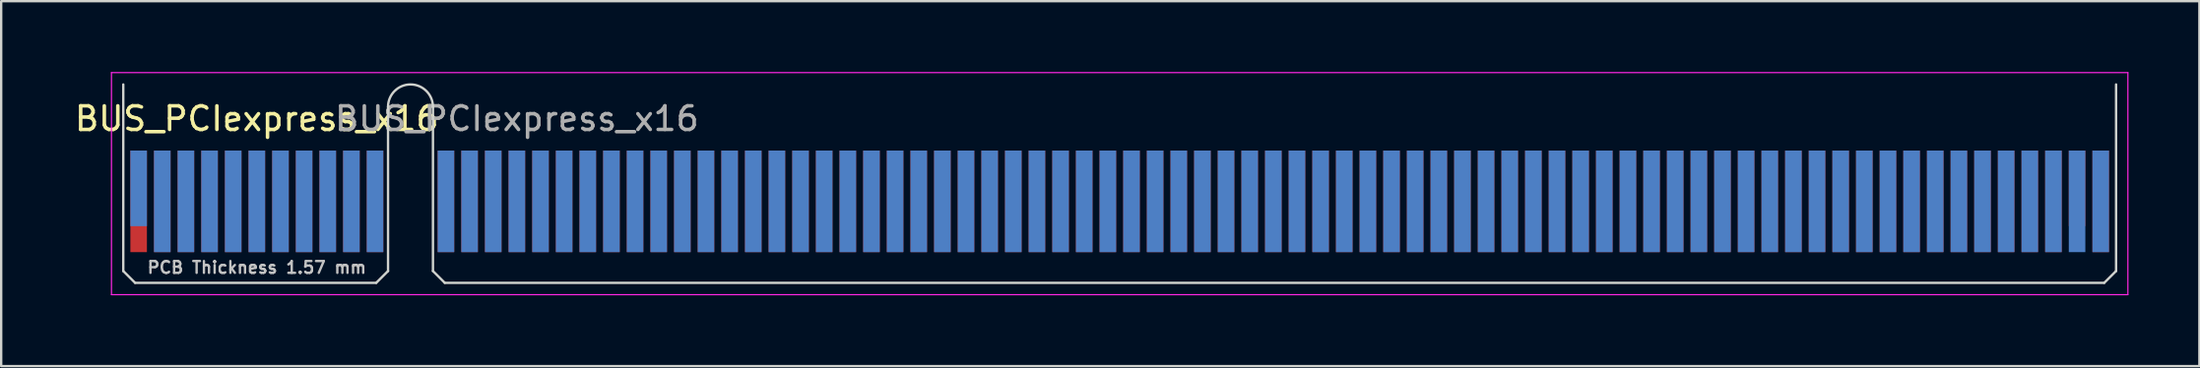
<source format=kicad_pcb>
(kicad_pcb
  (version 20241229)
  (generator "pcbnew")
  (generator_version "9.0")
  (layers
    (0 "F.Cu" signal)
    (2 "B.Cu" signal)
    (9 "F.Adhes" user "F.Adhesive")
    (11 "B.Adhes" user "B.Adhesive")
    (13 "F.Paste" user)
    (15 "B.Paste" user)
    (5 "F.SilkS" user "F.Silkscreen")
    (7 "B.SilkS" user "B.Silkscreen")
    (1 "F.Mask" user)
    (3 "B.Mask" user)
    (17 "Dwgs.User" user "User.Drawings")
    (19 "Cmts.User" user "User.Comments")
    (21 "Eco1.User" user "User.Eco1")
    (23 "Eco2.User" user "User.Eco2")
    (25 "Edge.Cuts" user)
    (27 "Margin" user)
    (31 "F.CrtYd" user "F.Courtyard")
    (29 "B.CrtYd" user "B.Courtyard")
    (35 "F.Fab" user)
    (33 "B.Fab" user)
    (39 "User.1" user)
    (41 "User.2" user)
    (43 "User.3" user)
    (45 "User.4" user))
  (footprint "BUS_PCIexpress_x16"
    (layer "F.Cu")
    (at 2.815 5.475)
    (property "Reference" "BUS_PCIexpress_x16" (at 5 -3.5 0) (layer "F.SilkS") (effects (font (size 1 1) (thickness 0.15))))
    (attr exclude_from_pos_files exclude_from_bom)
    (fp_line (start -0.65 -4.95) (end -0.65 2.95) (stroke (width 0.1) (type solid)) (layer "Edge.Cuts"))
    (fp_line (start -0.65 2.95) (end -0.15 3.45) (stroke (width 0.1) (type solid)) (layer "Edge.Cuts"))
    (fp_line (start -0.15 3.45) (end 10.05 3.45) (stroke (width 0.1) (type solid)) (layer "Edge.Cuts"))
    (fp_line (start 10.55 -4) (end 10.55 2.95) (stroke (width 0.1) (type solid)) (layer "Edge.Cuts"))
    (fp_line (start 10.55 2.95) (end 10.05 3.45) (stroke (width 0.1) (type solid)) (layer "Edge.Cuts"))
    (fp_line (start 12.45 -4) (end 12.45 2.95) (stroke (width 0.1) (type solid)) (layer "Edge.Cuts"))
    (fp_line (start 12.45 2.95) (end 12.95 3.45) (stroke (width 0.1) (type solid)) (layer "Edge.Cuts"))
    (fp_line (start 12.95 3.45) (end 83.15 3.45) (stroke (width 0.1) (type solid)) (layer "Edge.Cuts"))
    (fp_line (start 83.65 -4.95) (end 83.65 2.95) (stroke (width 0.1) (type solid)) (layer "Edge.Cuts"))
    (fp_line (start 83.65 2.95) (end 83.15 3.45) (stroke (width 0.1) (type solid)) (layer "Edge.Cuts"))
    (fp_arc (start 10.55 -4) (mid 11.5 -4.95) (end 12.45 -4) (stroke (width 0.1) (type solid)) (layer "Edge.Cuts"))
    (fp_line (start -1.15 -5.45) (end -1.15 3.95) (stroke (width 0.05) (type solid)) (layer "F.CrtYd"))
    (fp_line (start -1.15 -5.45) (end 84.15 -5.45) (stroke (width 0.05) (type solid)) (layer "F.CrtYd"))
    (fp_line (start 84.15 3.95) (end -1.15 3.95) (stroke (width 0.05) (type solid)) (layer "F.CrtYd"))
    (fp_line (start 84.15 3.95) (end 84.15 -5.45) (stroke (width 0.05) (type solid)) (layer "F.CrtYd"))
    (fp_text user "PCB Thickness 1.57 mm" (at 5 2.8 180) (layer "Dwgs.User") (effects (font (size 0.5 0.5) (thickness 0.1))))
    (fp_text user "${REFERENCE}" (at 16 -3.5 0) (layer "F.Fab") (effects (font (size 1 1) (thickness 0.15))))
    (pad "A1" connect rect (at 0 -0.55) (size 0.7 3.2) (layers "B.Cu" "B.Mask"))
    (pad "A2" connect rect (at 1 0) (size 0.7 4.3) (layers "B.Cu" "B.Mask"))
    (pad "A3" connect rect (at 2 0) (size 0.7 4.3) (layers "B.Cu" "B.Mask"))
    (pad "A4" connect rect (at 3 0) (size 0.7 4.3) (layers "B.Cu" "B.Mask"))
    (pad "A5" connect rect (at 4 0) (size 0.7 4.3) (layers "B.Cu" "B.Mask"))
    (pad "A6" connect rect (at 5 0) (size 0.7 4.3) (layers "B.Cu" "B.Mask"))
    (pad "A7" connect rect (at 6 0) (size 0.7 4.3) (layers "B.Cu" "B.Mask"))
    (pad "A8" connect rect (at 7 0) (size 0.7 4.3) (layers "B.Cu" "B.Mask"))
    (pad "A9" connect rect (at 8 0) (size 0.7 4.3) (layers "B.Cu" "B.Mask"))
    (pad "A10" connect rect (at 9 0) (size 0.7 4.3) (layers "B.Cu" "B.Mask"))
    (pad "A11" connect rect (at 10 0) (size 0.7 4.3) (layers "B.Cu" "B.Mask"))
    (pad "A12" connect rect (at 13 0) (size 0.7 4.3) (layers "B.Cu" "B.Mask"))
    (pad "A13" connect rect (at 14 0) (size 0.7 4.3) (layers "B.Cu" "B.Mask"))
    (pad "A14" connect rect (at 15 0) (size 0.7 4.3) (layers "B.Cu" "B.Mask"))
    (pad "A15" connect rect (at 16 0) (size 0.7 4.3) (layers "B.Cu" "B.Mask"))
    (pad "A16" connect rect (at 17 0) (size 0.7 4.3) (layers "B.Cu" "B.Mask"))
    (pad "A17" connect rect (at 18 0) (size 0.7 4.3) (layers "B.Cu" "B.Mask"))
    (pad "A18" connect rect (at 19 0) (size 0.7 4.3) (layers "B.Cu" "B.Mask"))
    (pad "A19" connect rect (at 20 0) (size 0.7 4.3) (layers "B.Cu" "B.Mask"))
    (pad "A20" connect rect (at 21 0) (size 0.7 4.3) (layers "B.Cu" "B.Mask"))
    (pad "A21" connect rect (at 22 0) (size 0.7 4.3) (layers "B.Cu" "B.Mask"))
    (pad "A22" connect rect (at 23 0) (size 0.7 4.3) (layers "B.Cu" "B.Mask"))
    (pad "A23" connect rect (at 24 0) (size 0.7 4.3) (layers "B.Cu" "B.Mask"))
    (pad "A24" connect rect (at 25 0) (size 0.7 4.3) (layers "B.Cu" "B.Mask"))
    (pad "A25" connect rect (at 26 0) (size 0.7 4.3) (layers "B.Cu" "B.Mask"))
    (pad "A26" connect rect (at 27 0) (size 0.7 4.3) (layers "B.Cu" "B.Mask"))
    (pad "A27" connect rect (at 28 0) (size 0.7 4.3) (layers "B.Cu" "B.Mask"))
    (pad "A28" connect rect (at 29 0) (size 0.7 4.3) (layers "B.Cu" "B.Mask"))
    (pad "A29" connect rect (at 30 0) (size 0.7 4.3) (layers "B.Cu" "B.Mask"))
    (pad "A30" connect rect (at 31 0) (size 0.7 4.3) (layers "B.Cu" "B.Mask"))
    (pad "A31" connect rect (at 32 0) (size 0.7 4.3) (layers "B.Cu" "B.Mask"))
    (pad "A32" connect rect (at 33 0) (size 0.7 4.3) (layers "B.Cu" "B.Mask"))
    (pad "A33" connect rect (at 34 0) (size 0.7 4.3) (layers "B.Cu" "B.Mask"))
    (pad "A34" connect rect (at 35 0) (size 0.7 4.3) (layers "B.Cu" "B.Mask"))
    (pad "A35" connect rect (at 36 0) (size 0.7 4.3) (layers "B.Cu" "B.Mask"))
    (pad "A36" connect rect (at 37 0) (size 0.7 4.3) (layers "B.Cu" "B.Mask"))
    (pad "A37" connect rect (at 38 0) (size 0.7 4.3) (layers "B.Cu" "B.Mask"))
    (pad "A38" connect rect (at 39 0) (size 0.7 4.3) (layers "B.Cu" "B.Mask"))
    (pad "A39" connect rect (at 40 0) (size 0.7 4.3) (layers "B.Cu" "B.Mask"))
    (pad "A40" connect rect (at 41 0) (size 0.7 4.3) (layers "B.Cu" "B.Mask"))
    (pad "A41" connect rect (at 42 0) (size 0.7 4.3) (layers "B.Cu" "B.Mask"))
    (pad "A42" connect rect (at 43 0) (size 0.7 4.3) (layers "B.Cu" "B.Mask"))
    (pad "A43" connect rect (at 44 0) (size 0.7 4.3) (layers "B.Cu" "B.Mask"))
    (pad "A44" connect rect (at 45 0) (size 0.7 4.3) (layers "B.Cu" "B.Mask"))
    (pad "A45" connect rect (at 46 0) (size 0.7 4.3) (layers "B.Cu" "B.Mask"))
    (pad "A46" connect rect (at 47 0) (size 0.7 4.3) (layers "B.Cu" "B.Mask"))
    (pad "A47" connect rect (at 48 0) (size 0.7 4.3) (layers "B.Cu" "B.Mask"))
    (pad "A48" connect rect (at 49 0) (size 0.7 4.3) (layers "B.Cu" "B.Mask"))
    (pad "A49" connect rect (at 50 0) (size 0.7 4.3) (layers "B.Cu" "B.Mask"))
    (pad "A50" connect rect (at 51 0) (size 0.7 4.3) (layers "B.Cu" "B.Mask"))
    (pad "A51" connect rect (at 52 0) (size 0.7 4.3) (layers "B.Cu" "B.Mask"))
    (pad "A52" connect rect (at 53 0) (size 0.7 4.3) (layers "B.Cu" "B.Mask"))
    (pad "A53" connect rect (at 54 0) (size 0.7 4.3) (layers "B.Cu" "B.Mask"))
    (pad "A54" connect rect (at 55 0) (size 0.7 4.3) (layers "B.Cu" "B.Mask"))
    (pad "A55" connect rect (at 56 0) (size 0.7 4.3) (layers "B.Cu" "B.Mask"))
    (pad "A56" connect rect (at 57 0) (size 0.7 4.3) (layers "B.Cu" "B.Mask"))
    (pad "A57" connect rect (at 58 0) (size 0.7 4.3) (layers "B.Cu" "B.Mask"))
    (pad "A58" connect rect (at 59 0) (size 0.7 4.3) (layers "B.Cu" "B.Mask"))
    (pad "A59" connect rect (at 60 0) (size 0.7 4.3) (layers "B.Cu" "B.Mask"))
    (pad "A60" connect rect (at 61 0) (size 0.7 4.3) (layers "B.Cu" "B.Mask"))
    (pad "A61" connect rect (at 62 0) (size 0.7 4.3) (layers "B.Cu" "B.Mask"))
    (pad "A62" connect rect (at 63 0) (size 0.7 4.3) (layers "B.Cu" "B.Mask"))
    (pad "A63" connect rect (at 64 0) (size 0.7 4.3) (layers "B.Cu" "B.Mask"))
    (pad "A64" connect rect (at 65 0) (size 0.7 4.3) (layers "B.Cu" "B.Mask"))
    (pad "A65" connect rect (at 66 0) (size 0.7 4.3) (layers "B.Cu" "B.Mask"))
    (pad "A66" connect rect (at 67 0) (size 0.7 4.3) (layers "B.Cu" "B.Mask"))
    (pad "A67" connect rect (at 68 0) (size 0.7 4.3) (layers "B.Cu" "B.Mask"))
    (pad "A68" connect rect (at 69 0) (size 0.7 4.3) (layers "B.Cu" "B.Mask"))
    (pad "A69" connect rect (at 70 0) (size 0.7 4.3) (layers "B.Cu" "B.Mask"))
    (pad "A70" connect rect (at 71 0) (size 0.7 4.3) (layers "B.Cu" "B.Mask"))
    (pad "A71" connect rect (at 72 0) (size 0.7 4.3) (layers "B.Cu" "B.Mask"))
    (pad "A72" connect rect (at 73 0) (size 0.7 4.3) (layers "B.Cu" "B.Mask"))
    (pad "A73" connect rect (at 74 0) (size 0.7 4.3) (layers "B.Cu" "B.Mask"))
    (pad "A74" connect rect (at 75 0) (size 0.7 4.3) (layers "B.Cu" "B.Mask"))
    (pad "A75" connect rect (at 76 0) (size 0.7 4.3) (layers "B.Cu" "B.Mask"))
    (pad "A76" connect rect (at 77 0) (size 0.7 4.3) (layers "B.Cu" "B.Mask"))
    (pad "A77" connect rect (at 78 0) (size 0.7 4.3) (layers "B.Cu" "B.Mask"))
    (pad "A78" connect rect (at 79 0) (size 0.7 4.3) (layers "B.Cu" "B.Mask"))
    (pad "A79" connect rect (at 80 0) (size 0.7 4.3) (layers "B.Cu" "B.Mask"))
    (pad "A80" connect rect (at 81 0) (size 0.7 4.3) (layers "B.Cu" "B.Mask"))
    (pad "A81" connect rect (at 82 0) (size 0.7 4.3) (layers "B.Cu" "B.Mask"))
    (pad "A82" connect rect (at 83 0) (size 0.7 4.3) (layers "B.Cu" "B.Mask"))
    (pad "B1" connect rect (at 0 0) (size 0.7 4.3) (layers "F.Cu" "F.Mask"))
    (pad "B2" connect rect (at 1 0) (size 0.7 4.3) (layers "F.Cu" "F.Mask"))
    (pad "B3" connect rect (at 2 0) (size 0.7 4.3) (layers "F.Cu" "F.Mask"))
    (pad "B4" connect rect (at 3 0) (size 0.7 4.3) (layers "F.Cu" "F.Mask"))
    (pad "B5" connect rect (at 4 0) (size 0.7 4.3) (layers "F.Cu" "F.Mask"))
    (pad "B6" connect rect (at 5 0) (size 0.7 4.3) (layers "F.Cu" "F.Mask"))
    (pad "B7" connect rect (at 6 0) (size 0.7 4.3) (layers "F.Cu" "F.Mask"))
    (pad "B8" connect rect (at 7 0) (size 0.7 4.3) (layers "F.Cu" "F.Mask"))
    (pad "B9" connect rect (at 8 0) (size 0.7 4.3) (layers "F.Cu" "F.Mask"))
    (pad "B10" connect rect (at 9 0) (size 0.7 4.3) (layers "F.Cu" "F.Mask"))
    (pad "B11" connect rect (at 10 0) (size 0.7 4.3) (layers "F.Cu" "F.Mask"))
    (pad "B12" connect rect (at 13 0) (size 0.7 4.3) (layers "F.Cu" "F.Mask"))
    (pad "B13" connect rect (at 14 0) (size 0.7 4.3) (layers "F.Cu" "F.Mask"))
    (pad "B14" connect rect (at 15 0) (size 0.7 4.3) (layers "F.Cu" "F.Mask"))
    (pad "B15" connect rect (at 16 0) (size 0.7 4.3) (layers "F.Cu" "F.Mask"))
    (pad "B16" connect rect (at 17 0) (size 0.7 4.3) (layers "F.Cu" "F.Mask"))
    (pad "B17" connect rect (at 18 0) (size 0.7 4.3) (layers "F.Cu" "F.Mask"))
    (pad "B18" connect rect (at 19 0) (size 0.7 4.3) (layers "F.Cu" "F.Mask"))
    (pad "B19" connect rect (at 20 0) (size 0.7 4.3) (layers "F.Cu" "F.Mask"))
    (pad "B20" connect rect (at 21 0) (size 0.7 4.3) (layers "F.Cu" "F.Mask"))
    (pad "B21" connect rect (at 22 0) (size 0.7 4.3) (layers "F.Cu" "F.Mask"))
    (pad "B22" connect rect (at 23 0) (size 0.7 4.3) (layers "F.Cu" "F.Mask"))
    (pad "B23" connect rect (at 24 0) (size 0.7 4.3) (layers "F.Cu" "F.Mask"))
    (pad "B24" connect rect (at 25 0) (size 0.7 4.3) (layers "F.Cu" "F.Mask"))
    (pad "B25" connect rect (at 26 0) (size 0.7 4.3) (layers "F.Cu" "F.Mask"))
    (pad "B26" connect rect (at 27 0) (size 0.7 4.3) (layers "F.Cu" "F.Mask"))
    (pad "B27" connect rect (at 28 0) (size 0.7 4.3) (layers "F.Cu" "F.Mask"))
    (pad "B28" connect rect (at 29 0) (size 0.7 4.3) (layers "F.Cu" "F.Mask"))
    (pad "B29" connect rect (at 30 0) (size 0.7 4.3) (layers "F.Cu" "F.Mask"))
    (pad "B30" connect rect (at 31 0) (size 0.7 4.3) (layers "F.Cu" "F.Mask"))
    (pad "B31" connect rect (at 32 0) (size 0.7 4.3) (layers "F.Cu" "F.Mask"))
    (pad "B32" connect rect (at 33 0) (size 0.7 4.3) (layers "F.Cu" "F.Mask"))
    (pad "B33" connect rect (at 34 0) (size 0.7 4.3) (layers "F.Cu" "F.Mask"))
    (pad "B34" connect rect (at 35 0) (size 0.7 4.3) (layers "F.Cu" "F.Mask"))
    (pad "B35" connect rect (at 36 0) (size 0.7 4.3) (layers "F.Cu" "F.Mask"))
    (pad "B36" connect rect (at 37 0) (size 0.7 4.3) (layers "F.Cu" "F.Mask"))
    (pad "B37" connect rect (at 38 0) (size 0.7 4.3) (layers "F.Cu" "F.Mask"))
    (pad "B38" connect rect (at 39 0) (size 0.7 4.3) (layers "F.Cu" "F.Mask"))
    (pad "B39" connect rect (at 40 0) (size 0.7 4.3) (layers "F.Cu" "F.Mask"))
    (pad "B40" connect rect (at 41 0) (size 0.7 4.3) (layers "F.Cu" "F.Mask"))
    (pad "B41" connect rect (at 42 0) (size 0.7 4.3) (layers "F.Cu" "F.Mask"))
    (pad "B42" connect rect (at 43 0) (size 0.7 4.3) (layers "F.Cu" "F.Mask"))
    (pad "B43" connect rect (at 44 0) (size 0.7 4.3) (layers "F.Cu" "F.Mask"))
    (pad "B44" connect rect (at 45 0) (size 0.7 4.3) (layers "F.Cu" "F.Mask"))
    (pad "B45" connect rect (at 46 0) (size 0.7 4.3) (layers "F.Cu" "F.Mask"))
    (pad "B46" connect rect (at 47 0) (size 0.7 4.3) (layers "F.Cu" "F.Mask"))
    (pad "B47" connect rect (at 48 0) (size 0.7 4.3) (layers "F.Cu" "F.Mask"))
    (pad "B48" connect rect (at 49 0) (size 0.7 4.3) (layers "F.Cu" "F.Mask"))
    (pad "B49" connect rect (at 50 0) (size 0.7 4.3) (layers "F.Cu" "F.Mask"))
    (pad "B50" connect rect (at 51 0) (size 0.7 4.3) (layers "F.Cu" "F.Mask"))
    (pad "B51" connect rect (at 52 0) (size 0.7 4.3) (layers "F.Cu" "F.Mask"))
    (pad "B52" connect rect (at 53 0) (size 0.7 4.3) (layers "F.Cu" "F.Mask"))
    (pad "B53" connect rect (at 54 0) (size 0.7 4.3) (layers "F.Cu" "F.Mask"))
    (pad "B54" connect rect (at 55 0) (size 0.7 4.3) (layers "F.Cu" "F.Mask"))
    (pad "B55" connect rect (at 56 0) (size 0.7 4.3) (layers "F.Cu" "F.Mask"))
    (pad "B56" connect rect (at 57 0) (size 0.7 4.3) (layers "F.Cu" "F.Mask"))
    (pad "B57" connect rect (at 58 0) (size 0.7 4.3) (layers "F.Cu" "F.Mask"))
    (pad "B58" connect rect (at 59 0) (size 0.7 4.3) (layers "F.Cu" "F.Mask"))
    (pad "B59" connect rect (at 60 0) (size 0.7 4.3) (layers "F.Cu" "F.Mask"))
    (pad "B60" connect rect (at 61 0) (size 0.7 4.3) (layers "F.Cu" "F.Mask"))
    (pad "B61" connect rect (at 62 0) (size 0.7 4.3) (layers "F.Cu" "F.Mask"))
    (pad "B62" connect rect (at 63 0) (size 0.7 4.3) (layers "F.Cu" "F.Mask"))
    (pad "B63" connect rect (at 64 0) (size 0.7 4.3) (layers "F.Cu" "F.Mask"))
    (pad "B64" connect rect (at 65 0) (size 0.7 4.3) (layers "F.Cu" "F.Mask"))
    (pad "B65" connect rect (at 66 0) (size 0.7 4.3) (layers "F.Cu" "F.Mask"))
    (pad "B66" connect rect (at 67 0) (size 0.7 4.3) (layers "F.Cu" "F.Mask"))
    (pad "B67" connect rect (at 68 0) (size 0.7 4.3) (layers "F.Cu" "F.Mask"))
    (pad "B68" connect rect (at 69 0) (size 0.7 4.3) (layers "F.Cu" "F.Mask"))
    (pad "B69" connect rect (at 70 0) (size 0.7 4.3) (layers "F.Cu" "F.Mask"))
    (pad "B70" connect rect (at 71 0) (size 0.7 4.3) (layers "F.Cu" "F.Mask"))
    (pad "B71" connect rect (at 72 0) (size 0.7 4.3) (layers "F.Cu" "F.Mask"))
    (pad "B72" connect rect (at 73 0) (size 0.7 4.3) (layers "F.Cu" "F.Mask"))
    (pad "B73" connect rect (at 74 0) (size 0.7 4.3) (layers "F.Cu" "F.Mask"))
    (pad "B74" connect rect (at 75 0) (size 0.7 4.3) (layers "F.Cu" "F.Mask"))
    (pad "B75" connect rect (at 76 0) (size 0.7 4.3) (layers "F.Cu" "F.Mask"))
    (pad "B76" connect rect (at 77 0) (size 0.7 4.3) (layers "F.Cu" "F.Mask"))
    (pad "B77" connect rect (at 78 0) (size 0.7 4.3) (layers "F.Cu" "F.Mask"))
    (pad "B78" connect rect (at 79 0) (size 0.7 4.3) (layers "F.Cu" "F.Mask"))
    (pad "B79" connect rect (at 80 0) (size 0.7 4.3) (layers "F.Cu" "F.Mask"))
    (pad "B80" connect rect (at 81 0) (size 0.7 4.3) (layers "F.Cu" "F.Mask"))
    (pad "B81" connect rect (at 82 -0.55) (size 0.7 3.2) (layers "F.Cu" "F.Mask"))
    (pad "B82" connect rect (at 83 0) (size 0.7 4.3) (layers "F.Cu" "F.Mask")))
  (gr_rect
    (start -3 -3)
    (end 89.99 12.45)
    (stroke (width 0.1) (type default))
    (fill no)
    (layer "Edge.Cuts")))
</source>
